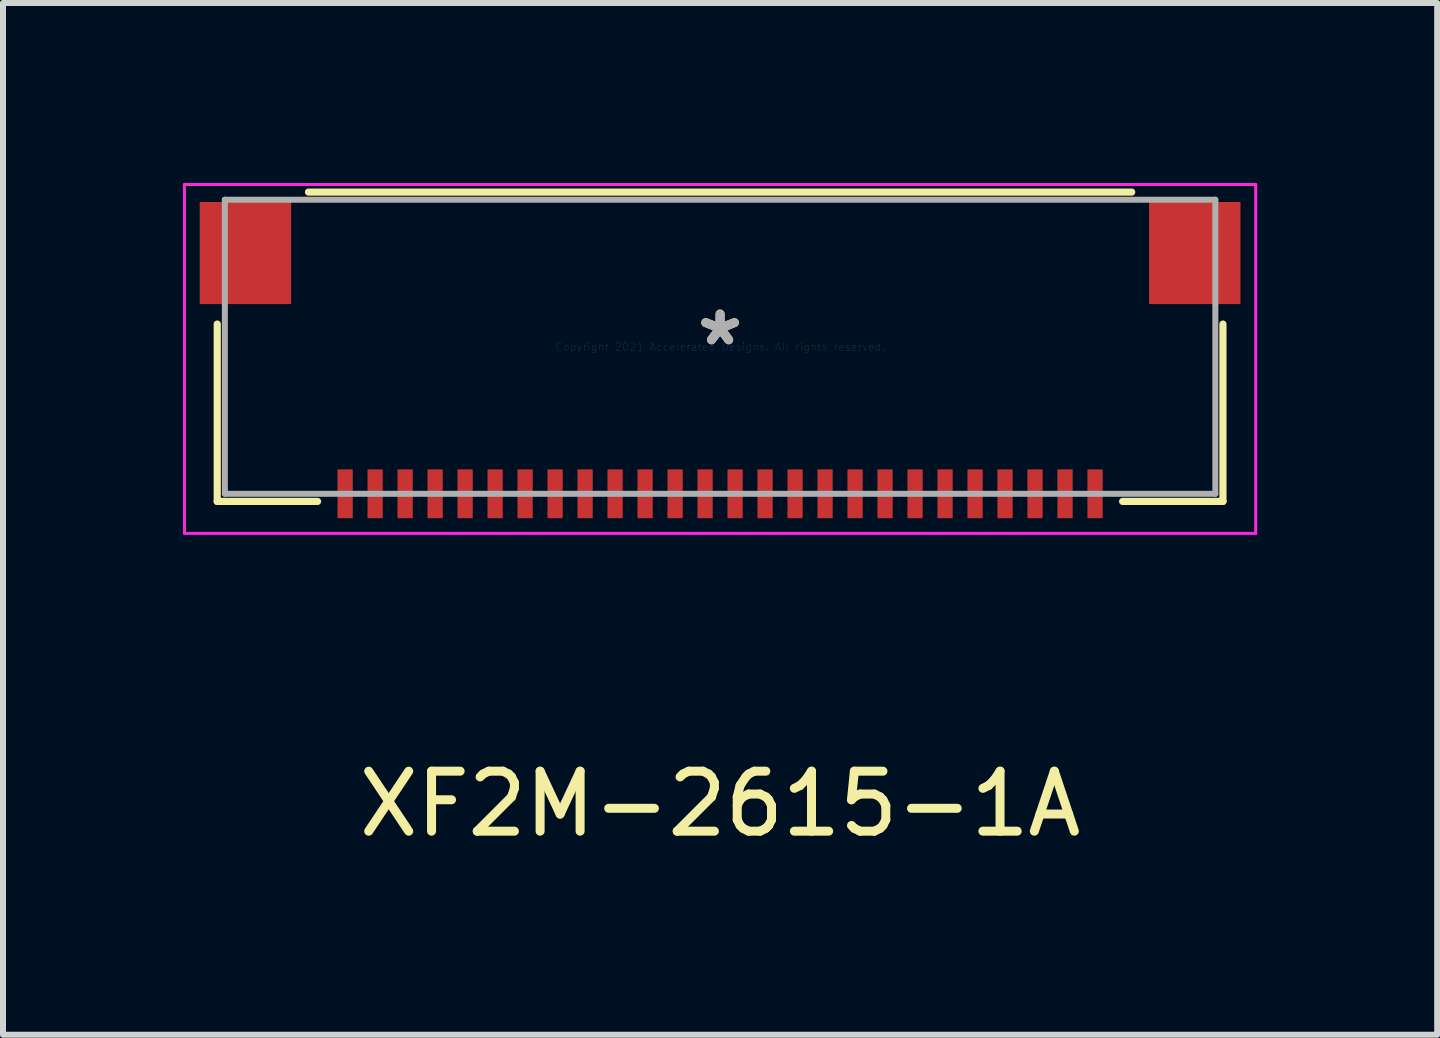
<source format=kicad_pcb>
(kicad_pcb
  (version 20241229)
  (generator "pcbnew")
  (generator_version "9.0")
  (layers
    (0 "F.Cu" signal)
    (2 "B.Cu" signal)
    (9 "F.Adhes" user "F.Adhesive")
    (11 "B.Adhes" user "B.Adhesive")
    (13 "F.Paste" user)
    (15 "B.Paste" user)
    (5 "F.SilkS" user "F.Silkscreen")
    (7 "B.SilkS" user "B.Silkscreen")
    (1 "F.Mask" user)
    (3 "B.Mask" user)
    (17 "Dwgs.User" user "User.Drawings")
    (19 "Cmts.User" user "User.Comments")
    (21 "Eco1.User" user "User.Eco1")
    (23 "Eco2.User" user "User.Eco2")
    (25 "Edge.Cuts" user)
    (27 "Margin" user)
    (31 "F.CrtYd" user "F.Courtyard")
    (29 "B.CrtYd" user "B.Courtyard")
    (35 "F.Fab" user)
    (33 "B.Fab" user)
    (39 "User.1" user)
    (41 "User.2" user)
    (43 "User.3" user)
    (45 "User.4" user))
  (footprint "XF2M-2615-1A"
    (layer "F.Cu")
    (at 8.953 2.73)
    (property "Reference" "XF2M-2615-1A" (at 0 7.62 0) (layer "F.SilkS") (effects (font (size 1 1) (thickness 0.15))))
    (attr through_hole)
    (fp_line (start -8.382 -0.378) (end -8.382 2.578) (stroke (width 0.12) (type solid)) (layer "F.SilkS"))
    (fp_line (start -8.382 2.578) (end -6.71 2.578) (stroke (width 0.12) (type solid)) (layer "F.SilkS"))
    (fp_line (start 6.71 2.578) (end 8.382 2.578) (stroke (width 0.12) (type solid)) (layer "F.SilkS"))
    (fp_line (start 6.861 -2.578) (end -6.861 -2.578) (stroke (width 0.12) (type solid)) (layer "F.SilkS"))
    (fp_line (start 8.382 2.578) (end 8.382 -0.378) (stroke (width 0.12) (type solid)) (layer "F.SilkS"))
    (fp_line (start -8.928 -2.705) (end -8.928 3.111) (stroke (width 0.05) (type solid)) (layer "F.CrtYd"))
    (fp_line (start -8.928 3.111) (end 8.928 3.111) (stroke (width 0.05) (type solid)) (layer "F.CrtYd"))
    (fp_line (start 8.928 -2.705) (end -8.928 -2.705) (stroke (width 0.05) (type solid)) (layer "F.CrtYd"))
    (fp_line (start 8.928 3.111) (end 8.928 -2.705) (stroke (width 0.05) (type solid)) (layer "F.CrtYd"))
    (fp_line (start -8.255 -2.451) (end -8.255 2.451) (stroke (width 0.1) (type solid)) (layer "F.Fab"))
    (fp_line (start -8.255 2.451) (end 8.255 2.451) (stroke (width 0.1) (type solid)) (layer "F.Fab"))
    (fp_line (start 8.255 -2.451) (end -8.255 -2.451) (stroke (width 0.1) (type solid)) (layer "F.Fab"))
    (fp_line (start 8.255 2.451) (end 8.255 -2.451) (stroke (width 0.1) (type solid)) (layer "F.Fab"))
    (fp_text user "*" (at 0 0 0) (layer "F.SilkS") (effects (font (size 1 1) (thickness 0.15))))
    (fp_text user "Copyright 2021 Accelerated Designs. All rights reserved." (at 0 0 0) (layer "Cmts.User") (effects (font (size 0.127 0.127) (thickness 0.002))))
    (fp_text user "*" (at 0 0 0) (layer "F.Fab") (effects (font (size 1 1) (thickness 0.15))))
    (pad "1" smd rect (at 6.25 2.451) (size 0.254 0.813) (layers "F.Cu" "F.Mask" "F.Paste"))
    (pad "2" smd rect (at 5.75 2.451) (size 0.254 0.813) (layers "F.Cu" "F.Mask" "F.Paste"))
    (pad "3" smd rect (at 5.25 2.451) (size 0.254 0.813) (layers "F.Cu" "F.Mask" "F.Paste"))
    (pad "4" smd rect (at 4.75 2.451) (size 0.254 0.813) (layers "F.Cu" "F.Mask" "F.Paste"))
    (pad "5" smd rect (at 4.25 2.451) (size 0.254 0.813) (layers "F.Cu" "F.Mask" "F.Paste"))
    (pad "6" smd rect (at 3.75 2.451) (size 0.254 0.813) (layers "F.Cu" "F.Mask" "F.Paste"))
    (pad "7" smd rect (at 3.25 2.451) (size 0.254 0.813) (layers "F.Cu" "F.Mask" "F.Paste"))
    (pad "8" smd rect (at 2.75 2.451) (size 0.254 0.813) (layers "F.Cu" "F.Mask" "F.Paste"))
    (pad "9" smd rect (at 2.25 2.451) (size 0.254 0.813) (layers "F.Cu" "F.Mask" "F.Paste"))
    (pad "10" smd rect (at 1.75 2.451) (size 0.254 0.813) (layers "F.Cu" "F.Mask" "F.Paste"))
    (pad "11" smd rect (at 1.25 2.451) (size 0.254 0.813) (layers "F.Cu" "F.Mask" "F.Paste"))
    (pad "12" smd rect (at 0.75 2.451) (size 0.254 0.813) (layers "F.Cu" "F.Mask" "F.Paste"))
    (pad "13" smd rect (at 0.25 2.451) (size 0.254 0.813) (layers "F.Cu" "F.Mask" "F.Paste"))
    (pad "14" smd rect (at -0.25 2.451) (size 0.254 0.813) (layers "F.Cu" "F.Mask" "F.Paste"))
    (pad "15" smd rect (at -0.75 2.451) (size 0.254 0.813) (layers "F.Cu" "F.Mask" "F.Paste"))
    (pad "16" smd rect (at -1.25 2.451) (size 0.254 0.813) (layers "F.Cu" "F.Mask" "F.Paste"))
    (pad "17" smd rect (at -1.75 2.451) (size 0.254 0.813) (layers "F.Cu" "F.Mask" "F.Paste"))
    (pad "18" smd rect (at -2.25 2.451) (size 0.254 0.813) (layers "F.Cu" "F.Mask" "F.Paste"))
    (pad "19" smd rect (at -2.75 2.451) (size 0.254 0.813) (layers "F.Cu" "F.Mask" "F.Paste"))
    (pad "20" smd rect (at -3.25 2.451) (size 0.254 0.813) (layers "F.Cu" "F.Mask" "F.Paste"))
    (pad "21" smd rect (at -3.75 2.451) (size 0.254 0.813) (layers "F.Cu" "F.Mask" "F.Paste"))
    (pad "22" smd rect (at -4.25 2.451) (size 0.254 0.813) (layers "F.Cu" "F.Mask" "F.Paste"))
    (pad "23" smd rect (at -4.75 2.451) (size 0.254 0.813) (layers "F.Cu" "F.Mask" "F.Paste"))
    (pad "24" smd rect (at -5.25 2.451) (size 0.254 0.813) (layers "F.Cu" "F.Mask" "F.Paste"))
    (pad "25" smd rect (at -5.75 2.451) (size 0.254 0.813) (layers "F.Cu" "F.Mask" "F.Paste"))
    (pad "26" smd rect (at -6.25 2.451) (size 0.254 0.813) (layers "F.Cu" "F.Mask" "F.Paste"))
    (pad "27" smd rect (at -7.912 -1.562) (size 1.524 1.702) (layers "F.Cu" "F.Mask" "F.Paste"))
    (pad "28" smd rect (at 7.912 -1.562) (size 1.524 1.702) (layers "F.Cu" "F.Mask" "F.Paste")))
  (gr_rect
    (start -3 -3)
    (end 20.906 14.198)
    (stroke (width 0.1) (type default))
    (fill no)
    (layer "Edge.Cuts")))
</source>
